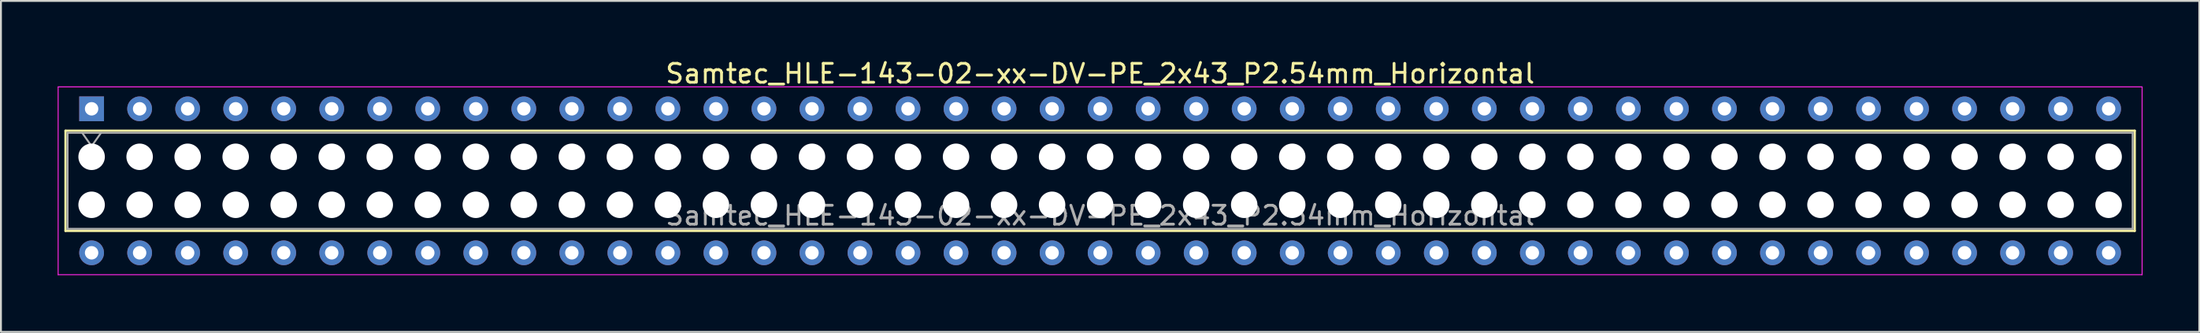
<source format=kicad_pcb>
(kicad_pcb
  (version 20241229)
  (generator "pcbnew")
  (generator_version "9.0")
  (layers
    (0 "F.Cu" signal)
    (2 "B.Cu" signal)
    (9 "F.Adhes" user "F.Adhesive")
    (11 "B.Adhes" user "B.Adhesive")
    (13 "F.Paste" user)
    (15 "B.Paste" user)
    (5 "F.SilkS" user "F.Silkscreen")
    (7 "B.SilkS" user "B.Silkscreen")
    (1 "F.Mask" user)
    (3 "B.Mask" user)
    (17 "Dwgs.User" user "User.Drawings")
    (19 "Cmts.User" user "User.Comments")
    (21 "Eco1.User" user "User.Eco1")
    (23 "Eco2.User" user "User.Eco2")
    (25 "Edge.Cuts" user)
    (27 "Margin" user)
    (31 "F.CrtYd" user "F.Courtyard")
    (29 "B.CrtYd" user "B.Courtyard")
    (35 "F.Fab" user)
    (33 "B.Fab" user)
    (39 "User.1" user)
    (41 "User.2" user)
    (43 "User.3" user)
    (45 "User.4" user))
  (footprint "Samtec_HLE-143-02-xx-DV-PE_2x43_P2.54mm_Horizontal"
    (layer "F.Cu")
    (at 1.795 2.708)
    (property "Reference" "Samtec_HLE-143-02-xx-DV-PE_2x43_P2.54mm_Horizontal" (at 53.34 -1.86 0) (layer "F.SilkS") (effects (font (size 1 1) (thickness 0.15))))
    (attr through_hole)
    (fp_line (start -1.38 1.16) (end 108.06 1.16) (stroke (width 0.12) (type solid)) (layer "F.SilkS"))
    (fp_line (start -1.38 6.46) (end -1.38 1.16) (stroke (width 0.12) (type solid)) (layer "F.SilkS"))
    (fp_line (start 108.06 1.16) (end 108.06 6.46) (stroke (width 0.12) (type solid)) (layer "F.SilkS"))
    (fp_line (start 108.06 6.46) (end -1.38 6.46) (stroke (width 0.12) (type solid)) (layer "F.SilkS"))
    (fp_line (start -1.77 -1.16) (end 108.45 -1.16) (stroke (width 0.05) (type solid)) (layer "F.CrtYd"))
    (fp_line (start -1.77 8.78) (end -1.77 -1.16) (stroke (width 0.05) (type solid)) (layer "F.CrtYd"))
    (fp_line (start 108.45 -1.16) (end 108.45 8.78) (stroke (width 0.05) (type solid)) (layer "F.CrtYd"))
    (fp_line (start 108.45 8.78) (end -1.77 8.78) (stroke (width 0.05) (type solid)) (layer "F.CrtYd"))
    (fp_line (start -1.27 1.27) (end 107.95 1.27) (stroke (width 0.1) (type solid)) (layer "F.Fab"))
    (fp_line (start -1.27 6.35) (end -1.27 1.27) (stroke (width 0.1) (type solid)) (layer "F.Fab"))
    (fp_line (start -0.5 1.27) (end 0 1.977) (stroke (width 0.1) (type solid)) (layer "F.Fab"))
    (fp_line (start 0 1.977) (end 0.5 1.27) (stroke (width 0.1) (type solid)) (layer "F.Fab"))
    (fp_line (start 107.95 1.27) (end 107.95 6.35) (stroke (width 0.1) (type solid)) (layer "F.Fab"))
    (fp_line (start 107.95 6.35) (end -1.27 6.35) (stroke (width 0.1) (type solid)) (layer "F.Fab"))
    (fp_text user "${REFERENCE}" (at 53.34 5.65 0) (layer "F.Fab") (effects (font (size 1 1) (thickness 0.15))))
    (pad "" np_thru_hole circle (at 0 2.54) (size 1.4 1.4) (drill 1.4) (layers "*.Cu" "*.Mask"))
    (pad "" np_thru_hole circle (at 0 5.08) (size 1.4 1.4) (drill 1.4) (layers "*.Cu" "*.Mask"))
    (pad "" np_thru_hole circle (at 2.54 2.54) (size 1.4 1.4) (drill 1.4) (layers "*.Cu" "*.Mask"))
    (pad "" np_thru_hole circle (at 2.54 5.08) (size 1.4 1.4) (drill 1.4) (layers "*.Cu" "*.Mask"))
    (pad "" np_thru_hole circle (at 5.08 2.54) (size 1.4 1.4) (drill 1.4) (layers "*.Cu" "*.Mask"))
    (pad "" np_thru_hole circle (at 5.08 5.08) (size 1.4 1.4) (drill 1.4) (layers "*.Cu" "*.Mask"))
    (pad "" np_thru_hole circle (at 7.62 2.54) (size 1.4 1.4) (drill 1.4) (layers "*.Cu" "*.Mask"))
    (pad "" np_thru_hole circle (at 7.62 5.08) (size 1.4 1.4) (drill 1.4) (layers "*.Cu" "*.Mask"))
    (pad "" np_thru_hole circle (at 10.16 2.54) (size 1.4 1.4) (drill 1.4) (layers "*.Cu" "*.Mask"))
    (pad "" np_thru_hole circle (at 10.16 5.08) (size 1.4 1.4) (drill 1.4) (layers "*.Cu" "*.Mask"))
    (pad "" np_thru_hole circle (at 12.7 2.54) (size 1.4 1.4) (drill 1.4) (layers "*.Cu" "*.Mask"))
    (pad "" np_thru_hole circle (at 12.7 5.08) (size 1.4 1.4) (drill 1.4) (layers "*.Cu" "*.Mask"))
    (pad "" np_thru_hole circle (at 15.24 2.54) (size 1.4 1.4) (drill 1.4) (layers "*.Cu" "*.Mask"))
    (pad "" np_thru_hole circle (at 15.24 5.08) (size 1.4 1.4) (drill 1.4) (layers "*.Cu" "*.Mask"))
    (pad "" np_thru_hole circle (at 17.78 2.54) (size 1.4 1.4) (drill 1.4) (layers "*.Cu" "*.Mask"))
    (pad "" np_thru_hole circle (at 17.78 5.08) (size 1.4 1.4) (drill 1.4) (layers "*.Cu" "*.Mask"))
    (pad "" np_thru_hole circle (at 20.32 2.54) (size 1.4 1.4) (drill 1.4) (layers "*.Cu" "*.Mask"))
    (pad "" np_thru_hole circle (at 20.32 5.08) (size 1.4 1.4) (drill 1.4) (layers "*.Cu" "*.Mask"))
    (pad "" np_thru_hole circle (at 22.86 2.54) (size 1.4 1.4) (drill 1.4) (layers "*.Cu" "*.Mask"))
    (pad "" np_thru_hole circle (at 22.86 5.08) (size 1.4 1.4) (drill 1.4) (layers "*.Cu" "*.Mask"))
    (pad "" np_thru_hole circle (at 25.4 2.54) (size 1.4 1.4) (drill 1.4) (layers "*.Cu" "*.Mask"))
    (pad "" np_thru_hole circle (at 25.4 5.08) (size 1.4 1.4) (drill 1.4) (layers "*.Cu" "*.Mask"))
    (pad "" np_thru_hole circle (at 27.94 2.54) (size 1.4 1.4) (drill 1.4) (layers "*.Cu" "*.Mask"))
    (pad "" np_thru_hole circle (at 27.94 5.08) (size 1.4 1.4) (drill 1.4) (layers "*.Cu" "*.Mask"))
    (pad "" np_thru_hole circle (at 30.48 2.54) (size 1.4 1.4) (drill 1.4) (layers "*.Cu" "*.Mask"))
    (pad "" np_thru_hole circle (at 30.48 5.08) (size 1.4 1.4) (drill 1.4) (layers "*.Cu" "*.Mask"))
    (pad "" np_thru_hole circle (at 33.02 2.54) (size 1.4 1.4) (drill 1.4) (layers "*.Cu" "*.Mask"))
    (pad "" np_thru_hole circle (at 33.02 5.08) (size 1.4 1.4) (drill 1.4) (layers "*.Cu" "*.Mask"))
    (pad "" np_thru_hole circle (at 35.56 2.54) (size 1.4 1.4) (drill 1.4) (layers "*.Cu" "*.Mask"))
    (pad "" np_thru_hole circle (at 35.56 5.08) (size 1.4 1.4) (drill 1.4) (layers "*.Cu" "*.Mask"))
    (pad "" np_thru_hole circle (at 38.1 2.54) (size 1.4 1.4) (drill 1.4) (layers "*.Cu" "*.Mask"))
    (pad "" np_thru_hole circle (at 38.1 5.08) (size 1.4 1.4) (drill 1.4) (layers "*.Cu" "*.Mask"))
    (pad "" np_thru_hole circle (at 40.64 2.54) (size 1.4 1.4) (drill 1.4) (layers "*.Cu" "*.Mask"))
    (pad "" np_thru_hole circle (at 40.64 5.08) (size 1.4 1.4) (drill 1.4) (layers "*.Cu" "*.Mask"))
    (pad "" np_thru_hole circle (at 43.18 2.54) (size 1.4 1.4) (drill 1.4) (layers "*.Cu" "*.Mask"))
    (pad "" np_thru_hole circle (at 43.18 5.08) (size 1.4 1.4) (drill 1.4) (layers "*.Cu" "*.Mask"))
    (pad "" np_thru_hole circle (at 45.72 2.54) (size 1.4 1.4) (drill 1.4) (layers "*.Cu" "*.Mask"))
    (pad "" np_thru_hole circle (at 45.72 5.08) (size 1.4 1.4) (drill 1.4) (layers "*.Cu" "*.Mask"))
    (pad "" np_thru_hole circle (at 48.26 2.54) (size 1.4 1.4) (drill 1.4) (layers "*.Cu" "*.Mask"))
    (pad "" np_thru_hole circle (at 48.26 5.08) (size 1.4 1.4) (drill 1.4) (layers "*.Cu" "*.Mask"))
    (pad "" np_thru_hole circle (at 50.8 2.54) (size 1.4 1.4) (drill 1.4) (layers "*.Cu" "*.Mask"))
    (pad "" np_thru_hole circle (at 50.8 5.08) (size 1.4 1.4) (drill 1.4) (layers "*.Cu" "*.Mask"))
    (pad "" np_thru_hole circle (at 53.34 2.54) (size 1.4 1.4) (drill 1.4) (layers "*.Cu" "*.Mask"))
    (pad "" np_thru_hole circle (at 53.34 5.08) (size 1.4 1.4) (drill 1.4) (layers "*.Cu" "*.Mask"))
    (pad "" np_thru_hole circle (at 55.88 2.54) (size 1.4 1.4) (drill 1.4) (layers "*.Cu" "*.Mask"))
    (pad "" np_thru_hole circle (at 55.88 5.08) (size 1.4 1.4) (drill 1.4) (layers "*.Cu" "*.Mask"))
    (pad "" np_thru_hole circle (at 58.42 2.54) (size 1.4 1.4) (drill 1.4) (layers "*.Cu" "*.Mask"))
    (pad "" np_thru_hole circle (at 58.42 5.08) (size 1.4 1.4) (drill 1.4) (layers "*.Cu" "*.Mask"))
    (pad "" np_thru_hole circle (at 60.96 2.54) (size 1.4 1.4) (drill 1.4) (layers "*.Cu" "*.Mask"))
    (pad "" np_thru_hole circle (at 60.96 5.08) (size 1.4 1.4) (drill 1.4) (layers "*.Cu" "*.Mask"))
    (pad "" np_thru_hole circle (at 63.5 2.54) (size 1.4 1.4) (drill 1.4) (layers "*.Cu" "*.Mask"))
    (pad "" np_thru_hole circle (at 63.5 5.08) (size 1.4 1.4) (drill 1.4) (layers "*.Cu" "*.Mask"))
    (pad "" np_thru_hole circle (at 66.04 2.54) (size 1.4 1.4) (drill 1.4) (layers "*.Cu" "*.Mask"))
    (pad "" np_thru_hole circle (at 66.04 5.08) (size 1.4 1.4) (drill 1.4) (layers "*.Cu" "*.Mask"))
    (pad "" np_thru_hole circle (at 68.58 2.54) (size 1.4 1.4) (drill 1.4) (layers "*.Cu" "*.Mask"))
    (pad "" np_thru_hole circle (at 68.58 5.08) (size 1.4 1.4) (drill 1.4) (layers "*.Cu" "*.Mask"))
    (pad "" np_thru_hole circle (at 71.12 2.54) (size 1.4 1.4) (drill 1.4) (layers "*.Cu" "*.Mask"))
    (pad "" np_thru_hole circle (at 71.12 5.08) (size 1.4 1.4) (drill 1.4) (layers "*.Cu" "*.Mask"))
    (pad "" np_thru_hole circle (at 73.66 2.54) (size 1.4 1.4) (drill 1.4) (layers "*.Cu" "*.Mask"))
    (pad "" np_thru_hole circle (at 73.66 5.08) (size 1.4 1.4) (drill 1.4) (layers "*.Cu" "*.Mask"))
    (pad "" np_thru_hole circle (at 76.2 2.54) (size 1.4 1.4) (drill 1.4) (layers "*.Cu" "*.Mask"))
    (pad "" np_thru_hole circle (at 76.2 5.08) (size 1.4 1.4) (drill 1.4) (layers "*.Cu" "*.Mask"))
    (pad "" np_thru_hole circle (at 78.74 2.54) (size 1.4 1.4) (drill 1.4) (layers "*.Cu" "*.Mask"))
    (pad "" np_thru_hole circle (at 78.74 5.08) (size 1.4 1.4) (drill 1.4) (layers "*.Cu" "*.Mask"))
    (pad "" np_thru_hole circle (at 81.28 2.54) (size 1.4 1.4) (drill 1.4) (layers "*.Cu" "*.Mask"))
    (pad "" np_thru_hole circle (at 81.28 5.08) (size 1.4 1.4) (drill 1.4) (layers "*.Cu" "*.Mask"))
    (pad "" np_thru_hole circle (at 83.82 2.54) (size 1.4 1.4) (drill 1.4) (layers "*.Cu" "*.Mask"))
    (pad "" np_thru_hole circle (at 83.82 5.08) (size 1.4 1.4) (drill 1.4) (layers "*.Cu" "*.Mask"))
    (pad "" np_thru_hole circle (at 86.36 2.54) (size 1.4 1.4) (drill 1.4) (layers "*.Cu" "*.Mask"))
    (pad "" np_thru_hole circle (at 86.36 5.08) (size 1.4 1.4) (drill 1.4) (layers "*.Cu" "*.Mask"))
    (pad "" np_thru_hole circle (at 88.9 2.54) (size 1.4 1.4) (drill 1.4) (layers "*.Cu" "*.Mask"))
    (pad "" np_thru_hole circle (at 88.9 5.08) (size 1.4 1.4) (drill 1.4) (layers "*.Cu" "*.Mask"))
    (pad "" np_thru_hole circle (at 91.44 2.54) (size 1.4 1.4) (drill 1.4) (layers "*.Cu" "*.Mask"))
    (pad "" np_thru_hole circle (at 91.44 5.08) (size 1.4 1.4) (drill 1.4) (layers "*.Cu" "*.Mask"))
    (pad "" np_thru_hole circle (at 93.98 2.54) (size 1.4 1.4) (drill 1.4) (layers "*.Cu" "*.Mask"))
    (pad "" np_thru_hole circle (at 93.98 5.08) (size 1.4 1.4) (drill 1.4) (layers "*.Cu" "*.Mask"))
    (pad "" np_thru_hole circle (at 96.52 2.54) (size 1.4 1.4) (drill 1.4) (layers "*.Cu" "*.Mask"))
    (pad "" np_thru_hole circle (at 96.52 5.08) (size 1.4 1.4) (drill 1.4) (layers "*.Cu" "*.Mask"))
    (pad "" np_thru_hole circle (at 99.06 2.54) (size 1.4 1.4) (drill 1.4) (layers "*.Cu" "*.Mask"))
    (pad "" np_thru_hole circle (at 99.06 5.08) (size 1.4 1.4) (drill 1.4) (layers "*.Cu" "*.Mask"))
    (pad "" np_thru_hole circle (at 101.6 2.54) (size 1.4 1.4) (drill 1.4) (layers "*.Cu" "*.Mask"))
    (pad "" np_thru_hole circle (at 101.6 5.08) (size 1.4 1.4) (drill 1.4) (layers "*.Cu" "*.Mask"))
    (pad "" np_thru_hole circle (at 104.14 2.54) (size 1.4 1.4) (drill 1.4) (layers "*.Cu" "*.Mask"))
    (pad "" np_thru_hole circle (at 104.14 5.08) (size 1.4 1.4) (drill 1.4) (layers "*.Cu" "*.Mask"))
    (pad "" np_thru_hole circle (at 106.68 2.54) (size 1.4 1.4) (drill 1.4) (layers "*.Cu" "*.Mask"))
    (pad "" np_thru_hole circle (at 106.68 5.08) (size 1.4 1.4) (drill 1.4) (layers "*.Cu" "*.Mask"))
    (pad "1" thru_hole rect (at 0 0) (size 1.31 1.31) (drill 0.71) (layers "*.Cu" "*.Mask"))
    (pad "2" thru_hole circle (at 0 7.62) (size 1.31 1.31) (drill 0.71) (layers "*.Cu" "*.Mask"))
    (pad "3" thru_hole circle (at 2.54 0) (size 1.31 1.31) (drill 0.71) (layers "*.Cu" "*.Mask"))
    (pad "4" thru_hole circle (at 2.54 7.62) (size 1.31 1.31) (drill 0.71) (layers "*.Cu" "*.Mask"))
    (pad "5" thru_hole circle (at 5.08 0) (size 1.31 1.31) (drill 0.71) (layers "*.Cu" "*.Mask"))
    (pad "6" thru_hole circle (at 5.08 7.62) (size 1.31 1.31) (drill 0.71) (layers "*.Cu" "*.Mask"))
    (pad "7" thru_hole circle (at 7.62 0) (size 1.31 1.31) (drill 0.71) (layers "*.Cu" "*.Mask"))
    (pad "8" thru_hole circle (at 7.62 7.62) (size 1.31 1.31) (drill 0.71) (layers "*.Cu" "*.Mask"))
    (pad "9" thru_hole circle (at 10.16 0) (size 1.31 1.31) (drill 0.71) (layers "*.Cu" "*.Mask"))
    (pad "10" thru_hole circle (at 10.16 7.62) (size 1.31 1.31) (drill 0.71) (layers "*.Cu" "*.Mask"))
    (pad "11" thru_hole circle (at 12.7 0) (size 1.31 1.31) (drill 0.71) (layers "*.Cu" "*.Mask"))
    (pad "12" thru_hole circle (at 12.7 7.62) (size 1.31 1.31) (drill 0.71) (layers "*.Cu" "*.Mask"))
    (pad "13" thru_hole circle (at 15.24 0) (size 1.31 1.31) (drill 0.71) (layers "*.Cu" "*.Mask"))
    (pad "14" thru_hole circle (at 15.24 7.62) (size 1.31 1.31) (drill 0.71) (layers "*.Cu" "*.Mask"))
    (pad "15" thru_hole circle (at 17.78 0) (size 1.31 1.31) (drill 0.71) (layers "*.Cu" "*.Mask"))
    (pad "16" thru_hole circle (at 17.78 7.62) (size 1.31 1.31) (drill 0.71) (layers "*.Cu" "*.Mask"))
    (pad "17" thru_hole circle (at 20.32 0) (size 1.31 1.31) (drill 0.71) (layers "*.Cu" "*.Mask"))
    (pad "18" thru_hole circle (at 20.32 7.62) (size 1.31 1.31) (drill 0.71) (layers "*.Cu" "*.Mask"))
    (pad "19" thru_hole circle (at 22.86 0) (size 1.31 1.31) (drill 0.71) (layers "*.Cu" "*.Mask"))
    (pad "20" thru_hole circle (at 22.86 7.62) (size 1.31 1.31) (drill 0.71) (layers "*.Cu" "*.Mask"))
    (pad "21" thru_hole circle (at 25.4 0) (size 1.31 1.31) (drill 0.71) (layers "*.Cu" "*.Mask"))
    (pad "22" thru_hole circle (at 25.4 7.62) (size 1.31 1.31) (drill 0.71) (layers "*.Cu" "*.Mask"))
    (pad "23" thru_hole circle (at 27.94 0) (size 1.31 1.31) (drill 0.71) (layers "*.Cu" "*.Mask"))
    (pad "24" thru_hole circle (at 27.94 7.62) (size 1.31 1.31) (drill 0.71) (layers "*.Cu" "*.Mask"))
    (pad "25" thru_hole circle (at 30.48 0) (size 1.31 1.31) (drill 0.71) (layers "*.Cu" "*.Mask"))
    (pad "26" thru_hole circle (at 30.48 7.62) (size 1.31 1.31) (drill 0.71) (layers "*.Cu" "*.Mask"))
    (pad "27" thru_hole circle (at 33.02 0) (size 1.31 1.31) (drill 0.71) (layers "*.Cu" "*.Mask"))
    (pad "28" thru_hole circle (at 33.02 7.62) (size 1.31 1.31) (drill 0.71) (layers "*.Cu" "*.Mask"))
    (pad "29" thru_hole circle (at 35.56 0) (size 1.31 1.31) (drill 0.71) (layers "*.Cu" "*.Mask"))
    (pad "30" thru_hole circle (at 35.56 7.62) (size 1.31 1.31) (drill 0.71) (layers "*.Cu" "*.Mask"))
    (pad "31" thru_hole circle (at 38.1 0) (size 1.31 1.31) (drill 0.71) (layers "*.Cu" "*.Mask"))
    (pad "32" thru_hole circle (at 38.1 7.62) (size 1.31 1.31) (drill 0.71) (layers "*.Cu" "*.Mask"))
    (pad "33" thru_hole circle (at 40.64 0) (size 1.31 1.31) (drill 0.71) (layers "*.Cu" "*.Mask"))
    (pad "34" thru_hole circle (at 40.64 7.62) (size 1.31 1.31) (drill 0.71) (layers "*.Cu" "*.Mask"))
    (pad "35" thru_hole circle (at 43.18 0) (size 1.31 1.31) (drill 0.71) (layers "*.Cu" "*.Mask"))
    (pad "36" thru_hole circle (at 43.18 7.62) (size 1.31 1.31) (drill 0.71) (layers "*.Cu" "*.Mask"))
    (pad "37" thru_hole circle (at 45.72 0) (size 1.31 1.31) (drill 0.71) (layers "*.Cu" "*.Mask"))
    (pad "38" thru_hole circle (at 45.72 7.62) (size 1.31 1.31) (drill 0.71) (layers "*.Cu" "*.Mask"))
    (pad "39" thru_hole circle (at 48.26 0) (size 1.31 1.31) (drill 0.71) (layers "*.Cu" "*.Mask"))
    (pad "40" thru_hole circle (at 48.26 7.62) (size 1.31 1.31) (drill 0.71) (layers "*.Cu" "*.Mask"))
    (pad "41" thru_hole circle (at 50.8 0) (size 1.31 1.31) (drill 0.71) (layers "*.Cu" "*.Mask"))
    (pad "42" thru_hole circle (at 50.8 7.62) (size 1.31 1.31) (drill 0.71) (layers "*.Cu" "*.Mask"))
    (pad "43" thru_hole circle (at 53.34 0) (size 1.31 1.31) (drill 0.71) (layers "*.Cu" "*.Mask"))
    (pad "44" thru_hole circle (at 53.34 7.62) (size 1.31 1.31) (drill 0.71) (layers "*.Cu" "*.Mask"))
    (pad "45" thru_hole circle (at 55.88 0) (size 1.31 1.31) (drill 0.71) (layers "*.Cu" "*.Mask"))
    (pad "46" thru_hole circle (at 55.88 7.62) (size 1.31 1.31) (drill 0.71) (layers "*.Cu" "*.Mask"))
    (pad "47" thru_hole circle (at 58.42 0) (size 1.31 1.31) (drill 0.71) (layers "*.Cu" "*.Mask"))
    (pad "48" thru_hole circle (at 58.42 7.62) (size 1.31 1.31) (drill 0.71) (layers "*.Cu" "*.Mask"))
    (pad "49" thru_hole circle (at 60.96 0) (size 1.31 1.31) (drill 0.71) (layers "*.Cu" "*.Mask"))
    (pad "50" thru_hole circle (at 60.96 7.62) (size 1.31 1.31) (drill 0.71) (layers "*.Cu" "*.Mask"))
    (pad "51" thru_hole circle (at 63.5 0) (size 1.31 1.31) (drill 0.71) (layers "*.Cu" "*.Mask"))
    (pad "52" thru_hole circle (at 63.5 7.62) (size 1.31 1.31) (drill 0.71) (layers "*.Cu" "*.Mask"))
    (pad "53" thru_hole circle (at 66.04 0) (size 1.31 1.31) (drill 0.71) (layers "*.Cu" "*.Mask"))
    (pad "54" thru_hole circle (at 66.04 7.62) (size 1.31 1.31) (drill 0.71) (layers "*.Cu" "*.Mask"))
    (pad "55" thru_hole circle (at 68.58 0) (size 1.31 1.31) (drill 0.71) (layers "*.Cu" "*.Mask"))
    (pad "56" thru_hole circle (at 68.58 7.62) (size 1.31 1.31) (drill 0.71) (layers "*.Cu" "*.Mask"))
    (pad "57" thru_hole circle (at 71.12 0) (size 1.31 1.31) (drill 0.71) (layers "*.Cu" "*.Mask"))
    (pad "58" thru_hole circle (at 71.12 7.62) (size 1.31 1.31) (drill 0.71) (layers "*.Cu" "*.Mask"))
    (pad "59" thru_hole circle (at 73.66 0) (size 1.31 1.31) (drill 0.71) (layers "*.Cu" "*.Mask"))
    (pad "60" thru_hole circle (at 73.66 7.62) (size 1.31 1.31) (drill 0.71) (layers "*.Cu" "*.Mask"))
    (pad "61" thru_hole circle (at 76.2 0) (size 1.31 1.31) (drill 0.71) (layers "*.Cu" "*.Mask"))
    (pad "62" thru_hole circle (at 76.2 7.62) (size 1.31 1.31) (drill 0.71) (layers "*.Cu" "*.Mask"))
    (pad "63" thru_hole circle (at 78.74 0) (size 1.31 1.31) (drill 0.71) (layers "*.Cu" "*.Mask"))
    (pad "64" thru_hole circle (at 78.74 7.62) (size 1.31 1.31) (drill 0.71) (layers "*.Cu" "*.Mask"))
    (pad "65" thru_hole circle (at 81.28 0) (size 1.31 1.31) (drill 0.71) (layers "*.Cu" "*.Mask"))
    (pad "66" thru_hole circle (at 81.28 7.62) (size 1.31 1.31) (drill 0.71) (layers "*.Cu" "*.Mask"))
    (pad "67" thru_hole circle (at 83.82 0) (size 1.31 1.31) (drill 0.71) (layers "*.Cu" "*.Mask"))
    (pad "68" thru_hole circle (at 83.82 7.62) (size 1.31 1.31) (drill 0.71) (layers "*.Cu" "*.Mask"))
    (pad "69" thru_hole circle (at 86.36 0) (size 1.31 1.31) (drill 0.71) (layers "*.Cu" "*.Mask"))
    (pad "70" thru_hole circle (at 86.36 7.62) (size 1.31 1.31) (drill 0.71) (layers "*.Cu" "*.Mask"))
    (pad "71" thru_hole circle (at 88.9 0) (size 1.31 1.31) (drill 0.71) (layers "*.Cu" "*.Mask"))
    (pad "72" thru_hole circle (at 88.9 7.62) (size 1.31 1.31) (drill 0.71) (layers "*.Cu" "*.Mask"))
    (pad "73" thru_hole circle (at 91.44 0) (size 1.31 1.31) (drill 0.71) (layers "*.Cu" "*.Mask"))
    (pad "74" thru_hole circle (at 91.44 7.62) (size 1.31 1.31) (drill 0.71) (layers "*.Cu" "*.Mask"))
    (pad "75" thru_hole circle (at 93.98 0) (size 1.31 1.31) (drill 0.71) (layers "*.Cu" "*.Mask"))
    (pad "76" thru_hole circle (at 93.98 7.62) (size 1.31 1.31) (drill 0.71) (layers "*.Cu" "*.Mask"))
    (pad "77" thru_hole circle (at 96.52 0) (size 1.31 1.31) (drill 0.71) (layers "*.Cu" "*.Mask"))
    (pad "78" thru_hole circle (at 96.52 7.62) (size 1.31 1.31) (drill 0.71) (layers "*.Cu" "*.Mask"))
    (pad "79" thru_hole circle (at 99.06 0) (size 1.31 1.31) (drill 0.71) (layers "*.Cu" "*.Mask"))
    (pad "80" thru_hole circle (at 99.06 7.62) (size 1.31 1.31) (drill 0.71) (layers "*.Cu" "*.Mask"))
    (pad "81" thru_hole circle (at 101.6 0) (size 1.31 1.31) (drill 0.71) (layers "*.Cu" "*.Mask"))
    (pad "82" thru_hole circle (at 101.6 7.62) (size 1.31 1.31) (drill 0.71) (layers "*.Cu" "*.Mask"))
    (pad "83" thru_hole circle (at 104.14 0) (size 1.31 1.31) (drill 0.71) (layers "*.Cu" "*.Mask"))
    (pad "84" thru_hole circle (at 104.14 7.62) (size 1.31 1.31) (drill 0.71) (layers "*.Cu" "*.Mask"))
    (pad "85" thru_hole circle (at 106.68 0) (size 1.31 1.31) (drill 0.71) (layers "*.Cu" "*.Mask"))
    (pad "86" thru_hole circle (at 106.68 7.62) (size 1.31 1.31) (drill 0.71) (layers "*.Cu" "*.Mask")))
  (gr_rect
    (start -3 -3)
    (end 113.27 14.513)
    (stroke (width 0.1) (type default))
    (fill no)
    (layer "Edge.Cuts")))
</source>
